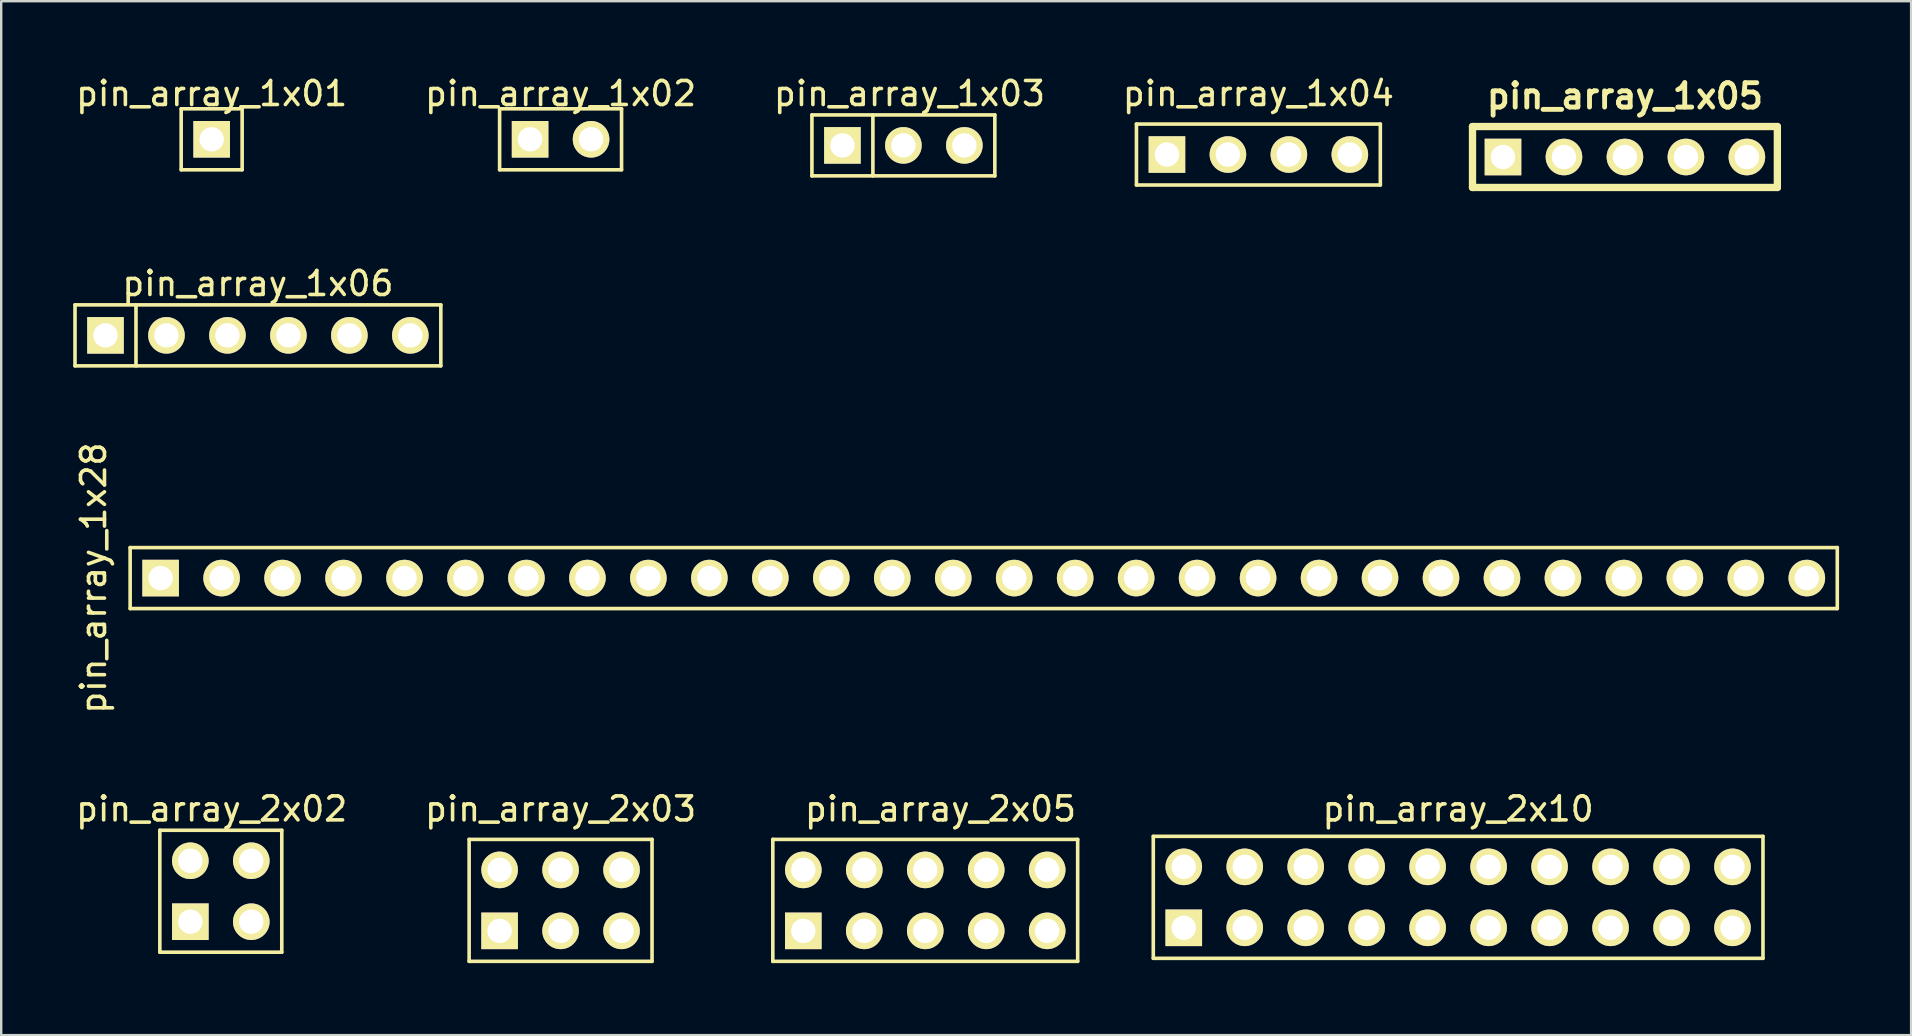
<source format=kicad_pcb>
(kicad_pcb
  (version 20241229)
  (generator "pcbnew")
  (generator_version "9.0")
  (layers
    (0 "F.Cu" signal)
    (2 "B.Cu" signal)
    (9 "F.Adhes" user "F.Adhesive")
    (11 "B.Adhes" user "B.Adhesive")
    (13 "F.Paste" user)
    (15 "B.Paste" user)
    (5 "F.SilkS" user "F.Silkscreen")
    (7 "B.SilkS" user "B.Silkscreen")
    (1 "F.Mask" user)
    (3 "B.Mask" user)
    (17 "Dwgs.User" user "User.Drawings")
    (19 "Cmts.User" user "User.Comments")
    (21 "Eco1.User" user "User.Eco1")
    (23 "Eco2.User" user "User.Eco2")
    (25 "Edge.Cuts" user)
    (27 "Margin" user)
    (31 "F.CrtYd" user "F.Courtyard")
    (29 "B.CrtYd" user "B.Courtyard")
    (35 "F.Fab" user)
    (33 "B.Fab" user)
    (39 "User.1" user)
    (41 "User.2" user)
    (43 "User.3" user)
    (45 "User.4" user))
  (footprint "pin_array_1x28"
    (layer "F.Cu")
    (at 37.932 21.033)
    (property "Reference" "pin_array_1x28" (at -37.084 0 90) (layer "F.SilkS") (effects (font (size 1 1) (thickness 0.15))))
    (attr through_hole)
    (fp_line (start -35.56 -1.27) (end 35.56 -1.27) (stroke (width 0.15) (type solid)) (layer "F.SilkS"))
    (fp_line (start -35.56 1.27) (end -35.56 -1.27) (stroke (width 0.15) (type solid)) (layer "F.SilkS"))
    (fp_line (start 35.56 -1.27) (end 35.56 1.27) (stroke (width 0.15) (type solid)) (layer "F.SilkS"))
    (fp_line (start 35.56 1.27) (end -35.56 1.27) (stroke (width 0.15) (type solid)) (layer "F.SilkS"))
    (pad "1" thru_hole rect (at -34.29 0) (size 1.524 1.524) (drill 1.016) (layers "*.Cu" "*.Mask" "F.SilkS"))
    (pad "2" thru_hole circle (at -31.75 0) (size 1.524 1.524) (drill 1.016) (layers "*.Cu" "*.Mask" "F.SilkS"))
    (pad "3" thru_hole circle (at -29.21 0) (size 1.524 1.524) (drill 1.016) (layers "*.Cu" "*.Mask" "F.SilkS"))
    (pad "4" thru_hole circle (at -26.67 0) (size 1.524 1.524) (drill 1.016) (layers "*.Cu" "*.Mask" "F.SilkS"))
    (pad "5" thru_hole circle (at -24.13 0) (size 1.524 1.524) (drill 1.016) (layers "*.Cu" "*.Mask" "F.SilkS"))
    (pad "6" thru_hole circle (at -21.59 0) (size 1.524 1.524) (drill 1.016) (layers "*.Cu" "*.Mask" "F.SilkS"))
    (pad "7" thru_hole circle (at -19.05 0) (size 1.524 1.524) (drill 1.016) (layers "*.Cu" "*.Mask" "F.SilkS"))
    (pad "8" thru_hole circle (at -16.51 0) (size 1.524 1.524) (drill 1.016) (layers "*.Cu" "*.Mask" "F.SilkS"))
    (pad "9" thru_hole circle (at -13.97 0) (size 1.524 1.524) (drill 1.016) (layers "*.Cu" "*.Mask" "F.SilkS"))
    (pad "10" thru_hole circle (at -11.43 0) (size 1.524 1.524) (drill 1.016) (layers "*.Cu" "*.Mask" "F.SilkS"))
    (pad "11" thru_hole circle (at -8.89 0) (size 1.524 1.524) (drill 1.016) (layers "*.Cu" "*.Mask" "F.SilkS"))
    (pad "12" thru_hole circle (at -6.35 0) (size 1.524 1.524) (drill 1.016) (layers "*.Cu" "*.Mask" "F.SilkS"))
    (pad "13" thru_hole circle (at -3.81 0) (size 1.524 1.524) (drill 1.016) (layers "*.Cu" "*.Mask" "F.SilkS"))
    (pad "14" thru_hole circle (at -1.27 0) (size 1.524 1.524) (drill 1.016) (layers "*.Cu" "*.Mask" "F.SilkS"))
    (pad "15" thru_hole circle (at 1.27 0) (size 1.524 1.524) (drill 1.016) (layers "*.Cu" "*.Mask" "F.SilkS"))
    (pad "16" thru_hole circle (at 3.81 0) (size 1.524 1.524) (drill 1.016) (layers "*.Cu" "*.Mask" "F.SilkS"))
    (pad "17" thru_hole circle (at 6.35 0) (size 1.524 1.524) (drill 1.016) (layers "*.Cu" "*.Mask" "F.SilkS"))
    (pad "18" thru_hole circle (at 8.89 0) (size 1.524 1.524) (drill 1.016) (layers "*.Cu" "*.Mask" "F.SilkS"))
    (pad "19" thru_hole circle (at 11.43 0) (size 1.524 1.524) (drill 1.016) (layers "*.Cu" "*.Mask" "F.SilkS"))
    (pad "20" thru_hole circle (at 13.97 0) (size 1.524 1.524) (drill 1.016) (layers "*.Cu" "*.Mask" "F.SilkS"))
    (pad "21" thru_hole circle (at 16.51 0) (size 1.524 1.524) (drill 1.016) (layers "*.Cu" "*.Mask" "F.SilkS"))
    (pad "22" thru_hole circle (at 19.05 0) (size 1.524 1.524) (drill 1.016) (layers "*.Cu" "*.Mask" "F.SilkS"))
    (pad "23" thru_hole circle (at 21.59 0) (size 1.524 1.524) (drill 1.016) (layers "*.Cu" "*.Mask" "F.SilkS"))
    (pad "24" thru_hole circle (at 24.13 0) (size 1.524 1.524) (drill 1.016) (layers "*.Cu" "*.Mask" "F.SilkS"))
    (pad "25" thru_hole circle (at 26.67 0) (size 1.524 1.524) (drill 1.016) (layers "*.Cu" "*.Mask" "F.SilkS"))
    (pad "26" thru_hole circle (at 29.21 0) (size 1.524 1.524) (drill 1.016) (layers "*.Cu" "*.Mask" "F.SilkS"))
    (pad "27" thru_hole circle (at 31.75 0) (size 1.524 1.524) (drill 1.016) (layers "*.Cu" "*.Mask" "F.SilkS"))
    (pad "28" thru_hole circle (at 34.29 0) (size 1.524 1.524) (drill 1.016) (layers "*.Cu" "*.Mask" "F.SilkS")))
  (footprint "pin_array_1x03"
    (layer "F.Cu")
    (at 34.585 3.007)
    (property "Reference" "pin_array_1x03" (at 0.254 -2.159 0) (layer "F.SilkS") (effects (font (size 1 1) (thickness 0.15))))
    (attr through_hole)
    (fp_line (start -3.81 -1.27) (end 3.81 -1.27) (stroke (width 0.15) (type solid)) (layer "F.SilkS"))
    (fp_line (start -3.81 1.27) (end -3.81 -1.27) (stroke (width 0.15) (type solid)) (layer "F.SilkS"))
    (fp_line (start -1.27 -1.27) (end -1.27 1.27) (stroke (width 0.15) (type solid)) (layer "F.SilkS"))
    (fp_line (start 3.81 -1.27) (end 3.81 1.27) (stroke (width 0.15) (type solid)) (layer "F.SilkS"))
    (fp_line (start 3.81 1.27) (end -3.81 1.27) (stroke (width 0.15) (type solid)) (layer "F.SilkS"))
    (pad "1" thru_hole rect (at -2.54 0) (size 1.524 1.524) (drill 1.016) (layers "*.Cu" "*.Mask" "F.SilkS"))
    (pad "2" thru_hole circle (at 0 0) (size 1.524 1.524) (drill 1.016) (layers "*.Cu" "*.Mask" "F.SilkS"))
    (pad "3" thru_hole circle (at 2.54 0) (size 1.524 1.524) (drill 1.016) (layers "*.Cu" "*.Mask" "F.SilkS")))
  (footprint "pin_array_1x02"
    (layer "F.Cu")
    (at 20.304 2.753)
    (property "Reference" "pin_array_1x02" (at 0 -1.905 0) (layer "F.SilkS") (effects (font (size 1 1) (thickness 0.15))))
    (attr through_hole)
    (fp_line (start -2.54 -1.27) (end 2.54 -1.27) (stroke (width 0.15) (type solid)) (layer "F.SilkS"))
    (fp_line (start -2.54 1.27) (end -2.54 -1.27) (stroke (width 0.15) (type solid)) (layer "F.SilkS"))
    (fp_line (start 2.54 -1.27) (end 2.54 1.27) (stroke (width 0.15) (type solid)) (layer "F.SilkS"))
    (fp_line (start 2.54 1.27) (end -2.54 1.27) (stroke (width 0.15) (type solid)) (layer "F.SilkS"))
    (pad "1" thru_hole rect (at -1.27 0) (size 1.524 1.524) (drill 1.016) (layers "*.Cu" "*.Mask" "F.SilkS"))
    (pad "2" thru_hole circle (at 1.27 0) (size 1.524 1.524) (drill 1.016) (layers "*.Cu" "*.Mask" "F.SilkS")))
  (footprint "pin_array_1x01"
    (layer "F.Cu")
    (at 5.768 2.753)
    (property "Reference" "pin_array_1x01" (at 0 -1.905 0) (layer "F.SilkS") (effects (font (size 1 1) (thickness 0.15))))
    (attr through_hole)
    (fp_line (start -1.27 -1.27) (end 1.27 -1.27) (stroke (width 0.15) (type solid)) (layer "F.SilkS"))
    (fp_line (start -1.27 1.27) (end -1.27 -1.27) (stroke (width 0.15) (type solid)) (layer "F.SilkS"))
    (fp_line (start 1.27 -1.27) (end 1.27 1.27) (stroke (width 0.15) (type solid)) (layer "F.SilkS"))
    (fp_line (start 1.27 1.27) (end -1.27 1.27) (stroke (width 0.15) (type solid)) (layer "F.SilkS"))
    (pad "1" thru_hole rect (at 0 0) (size 1.524 1.524) (drill 1.016) (layers "*.Cu" "*.Mask" "F.SilkS")))
  (footprint "pin_array_2x02"
    (layer "F.Cu")
    (at 6.149 34.079)
    (property "Reference" "pin_array_2x02" (at -0.381 -3.429 0) (layer "F.SilkS") (effects (font (size 1 1) (thickness 0.15))))
    (attr through_hole)
    (fp_line (start -2.54 -2.54) (end 2.54 -2.54) (stroke (width 0.15) (type solid)) (layer "F.SilkS"))
    (fp_line (start -2.54 2.54) (end -2.54 -2.54) (stroke (width 0.15) (type solid)) (layer "F.SilkS"))
    (fp_line (start 2.54 -2.54) (end 2.54 2.54) (stroke (width 0.15) (type solid)) (layer "F.SilkS"))
    (fp_line (start 2.54 2.54) (end -2.54 2.54) (stroke (width 0.15) (type solid)) (layer "F.SilkS"))
    (pad "1" thru_hole rect (at -1.27 1.27) (size 1.524 1.524) (drill 1.016) (layers "*.Cu" "*.Mask" "F.SilkS"))
    (pad "2" thru_hole circle (at -1.27 -1.27) (size 1.524 1.524) (drill 1.016) (layers "*.Cu" "*.Mask" "F.SilkS"))
    (pad "3" thru_hole circle (at 1.27 1.27) (size 1.524 1.524) (drill 1.016) (layers "*.Cu" "*.Mask" "F.SilkS"))
    (pad "4" thru_hole circle (at 1.27 -1.27) (size 1.524 1.524) (drill 1.016) (layers "*.Cu" "*.Mask" "F.SilkS")))
  (footprint "pin_array_2x10"
    (layer "F.Cu")
    (at 57.696 34.333)
    (property "Reference" "pin_array_2x10" (at 0 -3.683 0) (layer "F.SilkS") (effects (font (size 1 1) (thickness 0.15))))
    (attr through_hole)
    (fp_line (start -12.7 -2.54) (end -12.7 2.54) (stroke (width 0.15) (type solid)) (layer "F.SilkS"))
    (fp_line (start -12.7 2.54) (end 12.7 2.54) (stroke (width 0.15) (type solid)) (layer "F.SilkS"))
    (fp_line (start 12.7 -2.54) (end -12.7 -2.54) (stroke (width 0.15) (type solid)) (layer "F.SilkS"))
    (fp_line (start 12.7 2.54) (end 12.7 -2.54) (stroke (width 0.15) (type solid)) (layer "F.SilkS"))
    (pad "1" thru_hole rect (at -11.43 1.27) (size 1.524 1.524) (drill 1.016) (layers "*.Cu" "*.Mask" "F.SilkS"))
    (pad "2" thru_hole circle (at -11.43 -1.27) (size 1.524 1.524) (drill 1.016) (layers "*.Cu" "*.Mask" "F.SilkS"))
    (pad "3" thru_hole circle (at -8.89 1.27) (size 1.524 1.524) (drill 1.016) (layers "*.Cu" "*.Mask" "F.SilkS"))
    (pad "4" thru_hole circle (at -8.89 -1.27) (size 1.524 1.524) (drill 1.016) (layers "*.Cu" "*.Mask" "F.SilkS"))
    (pad "5" thru_hole circle (at -6.35 1.27) (size 1.524 1.524) (drill 1.016) (layers "*.Cu" "*.Mask" "F.SilkS"))
    (pad "6" thru_hole circle (at -6.35 -1.27) (size 1.524 1.524) (drill 1.016) (layers "*.Cu" "*.Mask" "F.SilkS"))
    (pad "7" thru_hole circle (at -3.81 1.27) (size 1.524 1.524) (drill 1.016) (layers "*.Cu" "*.Mask" "F.SilkS"))
    (pad "8" thru_hole circle (at -3.81 -1.27) (size 1.524 1.524) (drill 1.016) (layers "*.Cu" "*.Mask" "F.SilkS"))
    (pad "9" thru_hole circle (at -1.27 1.27) (size 1.524 1.524) (drill 1.016) (layers "*.Cu" "*.Mask" "F.SilkS"))
    (pad "10" thru_hole circle (at -1.27 -1.27) (size 1.524 1.524) (drill 1.016) (layers "*.Cu" "*.Mask" "F.SilkS"))
    (pad "11" thru_hole circle (at 1.27 1.27) (size 1.524 1.524) (drill 1.016) (layers "*.Cu" "*.Mask" "F.SilkS"))
    (pad "12" thru_hole circle (at 1.27 -1.27) (size 1.524 1.524) (drill 1.016) (layers "*.Cu" "*.Mask" "F.SilkS"))
    (pad "13" thru_hole circle (at 3.81 1.27) (size 1.524 1.524) (drill 1.016) (layers "*.Cu" "*.Mask" "F.SilkS"))
    (pad "14" thru_hole circle (at 3.81 -1.27) (size 1.524 1.524) (drill 1.016) (layers "*.Cu" "*.Mask" "F.SilkS"))
    (pad "15" thru_hole circle (at 6.35 1.27) (size 1.524 1.524) (drill 1.016) (layers "*.Cu" "*.Mask" "F.SilkS"))
    (pad "16" thru_hole circle (at 6.35 -1.27) (size 1.524 1.524) (drill 1.016) (layers "*.Cu" "*.Mask" "F.SilkS"))
    (pad "17" thru_hole circle (at 8.89 1.27) (size 1.524 1.524) (drill 1.016) (layers "*.Cu" "*.Mask" "F.SilkS"))
    (pad "18" thru_hole circle (at 8.89 -1.27) (size 1.524 1.524) (drill 1.016) (layers "*.Cu" "*.Mask" "F.SilkS"))
    (pad "19" thru_hole circle (at 11.43 1.27) (size 1.524 1.524) (drill 1.016) (layers "*.Cu" "*.Mask" "F.SilkS"))
    (pad "20" thru_hole circle (at 11.43 -1.27) (size 1.524 1.524) (drill 1.016) (layers "*.Cu" "*.Mask" "F.SilkS")))
  (footprint "pin_array_1x05"
    (layer "F.Cu")
    (at 64.645 3.491)
    (property "Reference" "pin_array_1x05" (at 0 -2.54 0) (layer "F.SilkS") (effects (font (size 1.016 1.016) (thickness 0.203))))
    (attr through_hole)
    (fp_line (start -6.35 -1.27) (end -6.35 1.27) (stroke (width 0.305) (type solid)) (layer "F.SilkS"))
    (fp_line (start -6.35 -1.27) (end 6.35 -1.27) (stroke (width 0.305) (type solid)) (layer "F.SilkS"))
    (fp_line (start 6.35 1.27) (end -6.35 1.27) (stroke (width 0.305) (type solid)) (layer "F.SilkS"))
    (fp_line (start 6.35 1.27) (end 6.35 -1.27) (stroke (width 0.305) (type solid)) (layer "F.SilkS"))
    (pad "1" thru_hole rect (at -5.08 0) (size 1.524 1.524) (drill 1.016) (layers "*.Cu" "*.Mask" "F.SilkS"))
    (pad "2" thru_hole circle (at -2.54 0) (size 1.524 1.524) (drill 1.016) (layers "*.Cu" "*.Mask" "F.SilkS"))
    (pad "3" thru_hole circle (at 0 0) (size 1.524 1.524) (drill 1.016) (layers "*.Cu" "*.Mask" "F.SilkS"))
    (pad "4" thru_hole circle (at 2.54 0) (size 1.524 1.524) (drill 1.016) (layers "*.Cu" "*.Mask" "F.SilkS"))
    (pad "5" thru_hole circle (at 5.08 0) (size 1.524 1.524) (drill 1.016) (layers "*.Cu" "*.Mask" "F.SilkS")))
  (footprint "pin_array_2x05"
    (layer "F.Cu")
    (at 35.496 34.46)
    (property "Reference" "pin_array_2x05" (at 0.635 -3.81 0) (layer "F.SilkS") (effects (font (size 1 1) (thickness 0.15))))
    (attr through_hole)
    (fp_line (start -6.35 -2.54) (end 6.35 -2.54) (stroke (width 0.15) (type solid)) (layer "F.SilkS"))
    (fp_line (start -6.35 2.54) (end -6.35 -2.54) (stroke (width 0.15) (type solid)) (layer "F.SilkS"))
    (fp_line (start 6.35 -2.54) (end 6.35 2.54) (stroke (width 0.15) (type solid)) (layer "F.SilkS"))
    (fp_line (start 6.35 2.54) (end -6.35 2.54) (stroke (width 0.15) (type solid)) (layer "F.SilkS"))
    (pad "1" thru_hole rect (at -5.08 1.27) (size 1.524 1.524) (drill 1.016) (layers "*.Cu" "*.Mask" "F.SilkS"))
    (pad "2" thru_hole circle (at -5.08 -1.27) (size 1.524 1.524) (drill 1.016) (layers "*.Cu" "*.Mask" "F.SilkS"))
    (pad "3" thru_hole circle (at -2.54 1.27) (size 1.524 1.524) (drill 1.016) (layers "*.Cu" "*.Mask" "F.SilkS"))
    (pad "4" thru_hole circle (at -2.54 -1.27) (size 1.524 1.524) (drill 1.016) (layers "*.Cu" "*.Mask" "F.SilkS"))
    (pad "5" thru_hole circle (at 0 1.27) (size 1.524 1.524) (drill 1.016) (layers "*.Cu" "*.Mask" "F.SilkS"))
    (pad "6" thru_hole circle (at 0 -1.27) (size 1.524 1.524) (drill 1.016) (layers "*.Cu" "*.Mask" "F.SilkS"))
    (pad "7" thru_hole circle (at 2.54 1.27) (size 1.524 1.524) (drill 1.016) (layers "*.Cu" "*.Mask" "F.SilkS"))
    (pad "8" thru_hole circle (at 2.54 -1.27) (size 1.524 1.524) (drill 1.016) (layers "*.Cu" "*.Mask" "F.SilkS"))
    (pad "9" thru_hole circle (at 5.08 1.27) (size 1.524 1.524) (drill 1.016) (layers "*.Cu" "*.Mask" "F.SilkS"))
    (pad "10" thru_hole circle (at 5.08 -1.27) (size 1.524 1.524) (drill 1.016) (layers "*.Cu" "*.Mask" "F.SilkS")))
  (footprint "pin_array_1x06"
    (layer "F.Cu")
    (at 7.695 10.921)
    (property "Reference" "pin_array_1x06" (at 0 -2.159 0) (layer "F.SilkS") (effects (font (size 1 1) (thickness 0.15))))
    (attr through_hole)
    (fp_line (start -7.62 -1.27) (end 7.62 -1.27) (stroke (width 0.15) (type solid)) (layer "F.SilkS"))
    (fp_line (start -7.62 1.27) (end -7.62 -1.27) (stroke (width 0.15) (type solid)) (layer "F.SilkS"))
    (fp_line (start -5.08 1.27) (end -5.08 -1.27) (stroke (width 0.15) (type solid)) (layer "F.SilkS"))
    (fp_line (start 7.62 -1.27) (end 7.62 1.27) (stroke (width 0.15) (type solid)) (layer "F.SilkS"))
    (fp_line (start 7.62 1.27) (end -7.62 1.27) (stroke (width 0.15) (type solid)) (layer "F.SilkS"))
    (pad "1" thru_hole rect (at -6.35 0) (size 1.524 1.524) (drill 1.016) (layers "*.Cu" "*.Mask" "F.SilkS"))
    (pad "2" thru_hole circle (at -3.81 0) (size 1.524 1.524) (drill 1.016) (layers "*.Cu" "*.Mask" "F.SilkS"))
    (pad "3" thru_hole circle (at -1.27 0) (size 1.524 1.524) (drill 1.016) (layers "*.Cu" "*.Mask" "F.SilkS"))
    (pad "4" thru_hole circle (at 1.27 0) (size 1.524 1.524) (drill 1.016) (layers "*.Cu" "*.Mask" "F.SilkS"))
    (pad "5" thru_hole circle (at 3.81 0) (size 1.524 1.524) (drill 1.016) (layers "*.Cu" "*.Mask" "F.SilkS"))
    (pad "6" thru_hole circle (at 6.35 0) (size 1.524 1.524) (drill 1.016) (layers "*.Cu" "*.Mask" "F.SilkS")))
  (footprint "pin_array_1x04"
    (layer "F.Cu")
    (at 49.375 3.388)
    (property "Reference" "pin_array_1x04" (at 0 -2.54 0) (layer "F.SilkS") (effects (font (size 1 1) (thickness 0.15))))
    (attr through_hole)
    (fp_line (start -5.08 -1.27) (end -5.08 1.27) (stroke (width 0.15) (type solid)) (layer "F.SilkS"))
    (fp_line (start 5.08 -1.27) (end -5.08 -1.27) (stroke (width 0.15) (type solid)) (layer "F.SilkS"))
    (fp_line (start 5.08 1.27) (end -5.08 1.27) (stroke (width 0.15) (type solid)) (layer "F.SilkS"))
    (fp_line (start 5.08 1.27) (end 5.08 -1.27) (stroke (width 0.15) (type solid)) (layer "F.SilkS"))
    (pad "1" thru_hole rect (at -3.81 0) (size 1.524 1.524) (drill 1.016) (layers "*.Cu" "*.Mask" "F.SilkS"))
    (pad "2" thru_hole circle (at -1.27 0) (size 1.524 1.524) (drill 1.016) (layers "*.Cu" "*.Mask" "F.SilkS"))
    (pad "3" thru_hole circle (at 1.27 0) (size 1.524 1.524) (drill 1.016) (layers "*.Cu" "*.Mask" "F.SilkS"))
    (pad "4" thru_hole circle (at 3.81 0) (size 1.524 1.524) (drill 1.016) (layers "*.Cu" "*.Mask" "F.SilkS")))
  (footprint "pin_array_2x03"
    (layer "F.Cu")
    (at 20.304 34.46)
    (property "Reference" "pin_array_2x03" (at 0 -3.81 0) (layer "F.SilkS") (effects (font (size 1 1) (thickness 0.15))))
    (attr through_hole)
    (fp_line (start -3.81 -2.54) (end 3.81 -2.54) (stroke (width 0.15) (type solid)) (layer "F.SilkS"))
    (fp_line (start -3.81 2.54) (end -3.81 -2.54) (stroke (width 0.15) (type solid)) (layer "F.SilkS"))
    (fp_line (start 3.81 -2.54) (end 3.81 2.54) (stroke (width 0.15) (type solid)) (layer "F.SilkS"))
    (fp_line (start 3.81 2.54) (end -3.81 2.54) (stroke (width 0.15) (type solid)) (layer "F.SilkS"))
    (pad "1" thru_hole rect (at -2.54 1.27) (size 1.524 1.524) (drill 1.016) (layers "*.Cu" "*.Mask" "F.SilkS"))
    (pad "2" thru_hole circle (at -2.54 -1.27) (size 1.524 1.524) (drill 1.016) (layers "*.Cu" "*.Mask" "F.SilkS"))
    (pad "3" thru_hole circle (at 0 1.27) (size 1.524 1.524) (drill 1.016) (layers "*.Cu" "*.Mask" "F.SilkS"))
    (pad "4" thru_hole circle (at 0 -1.27) (size 1.524 1.524) (drill 1.016) (layers "*.Cu" "*.Mask" "F.SilkS"))
    (pad "5" thru_hole circle (at 2.54 1.27) (size 1.524 1.524) (drill 1.016) (layers "*.Cu" "*.Mask" "F.SilkS"))
    (pad "6" thru_hole circle (at 2.54 -1.27) (size 1.524 1.524) (drill 1.016) (layers "*.Cu" "*.Mask" "F.SilkS")))
  (gr_rect
    (start -3 -3)
    (end 76.567 40.075)
    (stroke (width 0.1) (type default))
    (fill no)
    (layer "Edge.Cuts")))
</source>
